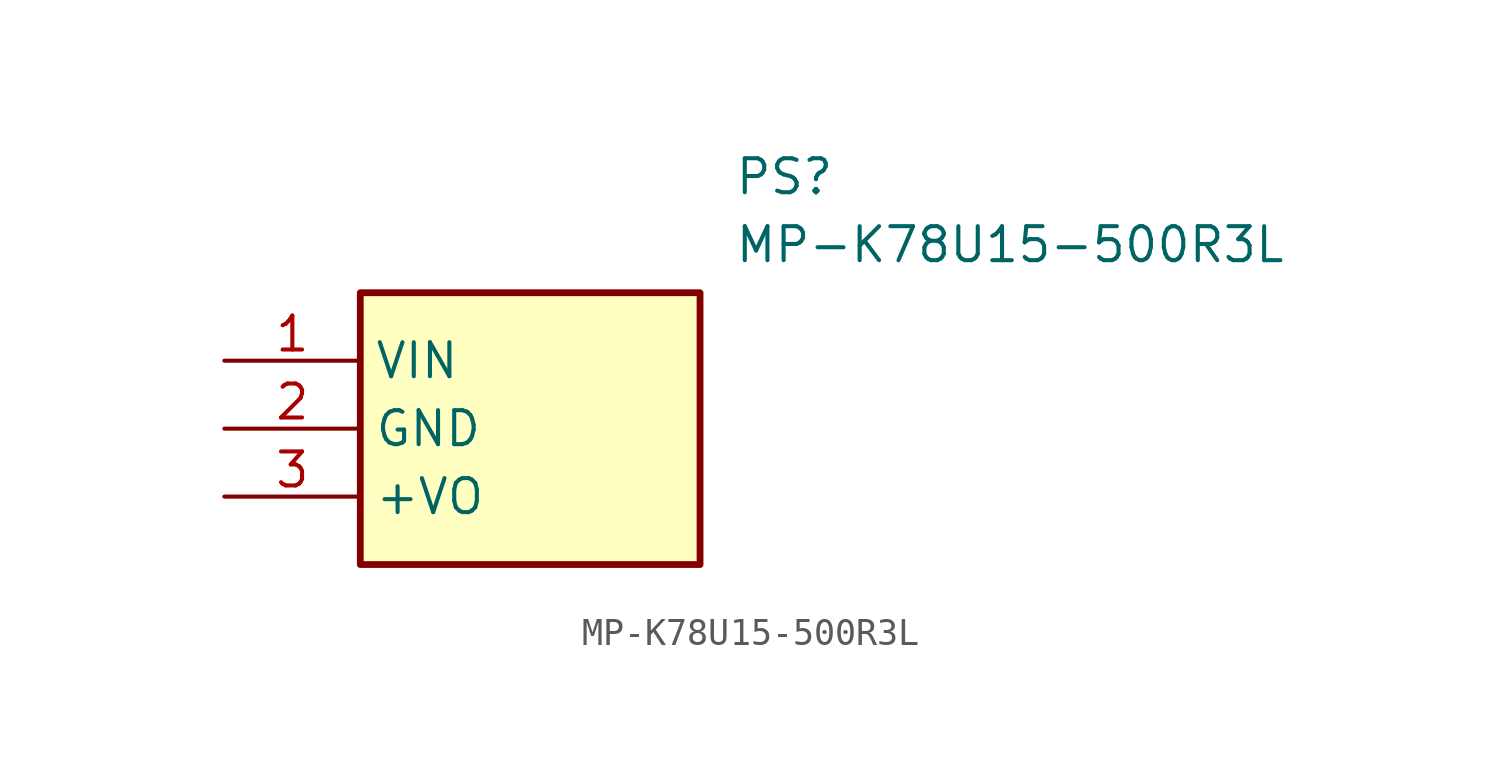
<source format=kicad_sym>
(kicad_symbol_lib
  (version 20211014)
  (generator SamacSys_ECAD_Model)
  (symbol "MP-K78U15-500R3L"
    (property "Reference" "PS"
      (at 19.05 7.62 0)
      (effects (font (size 1.27 1.27)) (justify left top)))
    (property "Value" "MP-K78U15-500R3L"
      (at 19.05 5.08 0)
      (effects (font (size 1.27 1.27)) (justify left top)))
    (rectangle
      (start 5.08 2.54)
      (end 17.78 -7.62)
      (stroke (width 0.254) (type default))
      (fill (type background)))
    (pin passive line
      (at 0 0 0)
      (length 5.08)
      (name "VIN" (effects (font (size 1.27 1.27))))
      (number "1" (effects (font (size 1.27 1.27)))))
    (pin passive line
      (at 0 -2.54 0)
      (length 5.08)
      (name "GND" (effects (font (size 1.27 1.27))))
      (number "2" (effects (font (size 1.27 1.27)))))
    (pin passive line
      (at 0 -5.08 0)
      (length 5.08)
      (name "+VO" (effects (font (size 1.27 1.27))))
      (number "3" (effects (font (size 1.27 1.27)))))))
</source>
